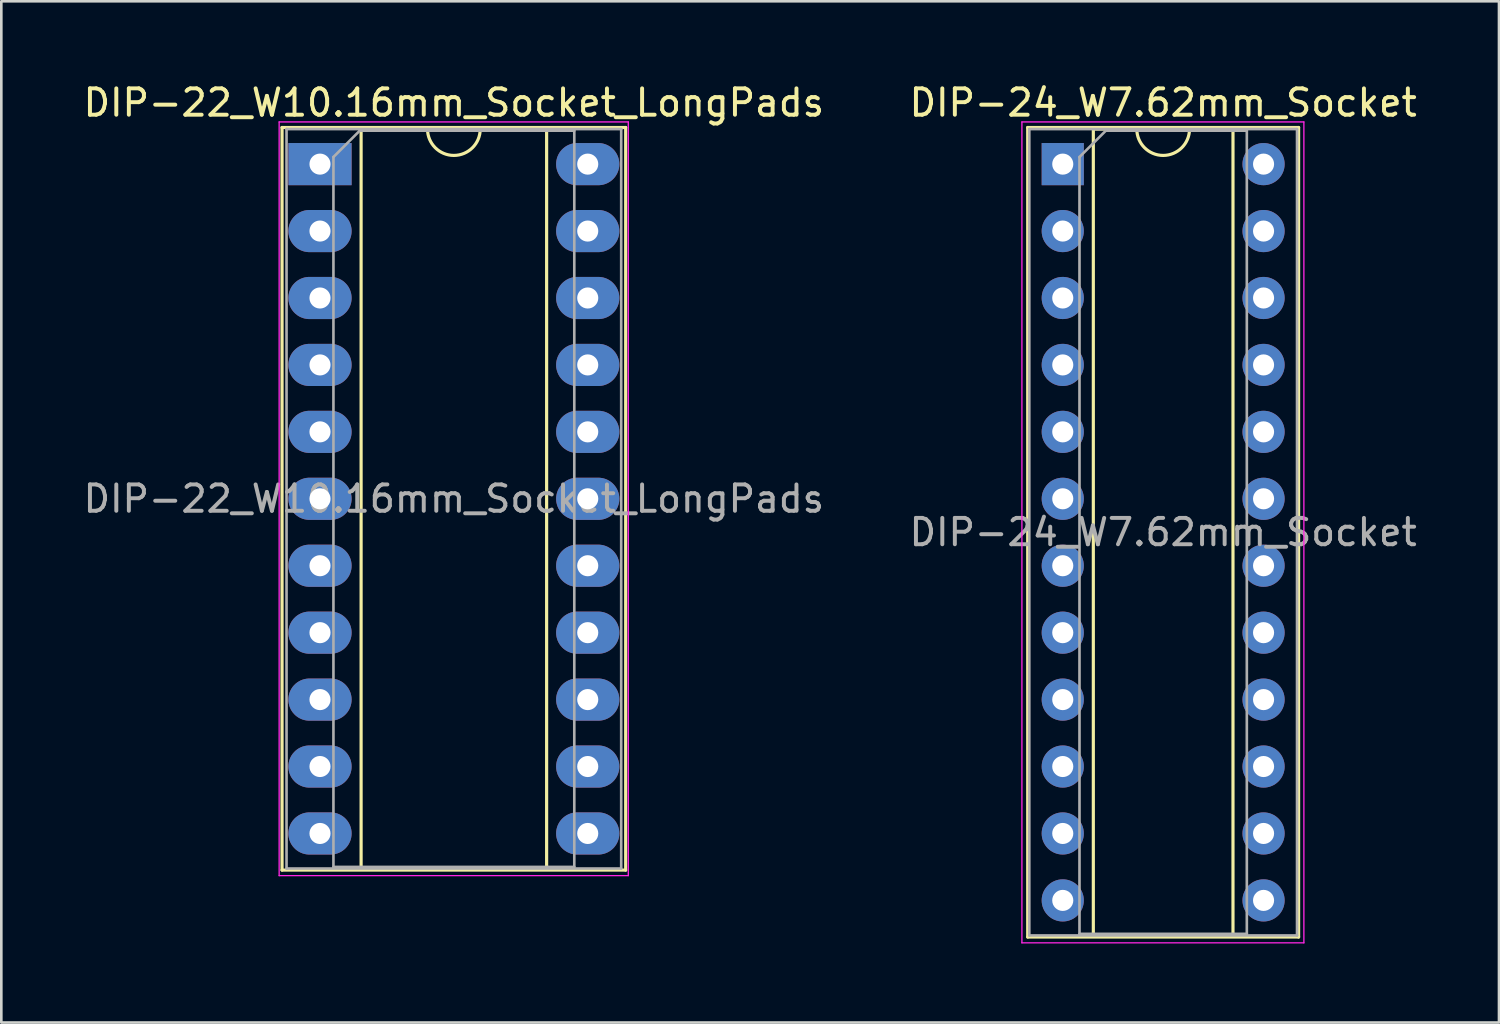
<source format=kicad_pcb>
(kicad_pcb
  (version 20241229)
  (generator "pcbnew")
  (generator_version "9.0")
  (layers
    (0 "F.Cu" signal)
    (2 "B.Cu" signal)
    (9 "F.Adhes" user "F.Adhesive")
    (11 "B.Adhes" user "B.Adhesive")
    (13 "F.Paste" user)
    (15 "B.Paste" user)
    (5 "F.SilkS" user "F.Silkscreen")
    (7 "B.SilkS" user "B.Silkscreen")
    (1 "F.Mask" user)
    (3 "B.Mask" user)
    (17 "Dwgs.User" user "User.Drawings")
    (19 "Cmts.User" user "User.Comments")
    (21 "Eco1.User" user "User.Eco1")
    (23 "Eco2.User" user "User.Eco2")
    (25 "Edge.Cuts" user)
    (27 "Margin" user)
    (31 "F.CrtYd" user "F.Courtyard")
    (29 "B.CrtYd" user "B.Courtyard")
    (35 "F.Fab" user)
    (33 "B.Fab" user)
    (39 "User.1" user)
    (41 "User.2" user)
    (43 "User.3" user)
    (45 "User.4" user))
  (footprint "DIP-22_W10.16mm_Socket_LongPads"
    (layer "F.Cu")
    (at 9.093 3.178)
    (property "Reference" "DIP-22_W10.16mm_Socket_LongPads" (at 5.08 -2.33 0) (layer "F.SilkS") (effects (font (size 1 1) (thickness 0.15))))
    (attr through_hole)
    (fp_line (start -1.44 -1.39) (end -1.44 26.79) (stroke (width 0.12) (type solid)) (layer "F.SilkS"))
    (fp_line (start -1.44 26.79) (end 11.6 26.79) (stroke (width 0.12) (type solid)) (layer "F.SilkS"))
    (fp_line (start 1.56 -1.33) (end 1.56 26.73) (stroke (width 0.12) (type solid)) (layer "F.SilkS"))
    (fp_line (start 1.56 26.73) (end 8.6 26.73) (stroke (width 0.12) (type solid)) (layer "F.SilkS"))
    (fp_line (start 4.08 -1.33) (end 1.56 -1.33) (stroke (width 0.12) (type solid)) (layer "F.SilkS"))
    (fp_line (start 8.6 -1.33) (end 6.08 -1.33) (stroke (width 0.12) (type solid)) (layer "F.SilkS"))
    (fp_line (start 8.6 26.73) (end 8.6 -1.33) (stroke (width 0.12) (type solid)) (layer "F.SilkS"))
    (fp_line (start 11.6 -1.39) (end -1.44 -1.39) (stroke (width 0.12) (type solid)) (layer "F.SilkS"))
    (fp_line (start 11.6 26.79) (end 11.6 -1.39) (stroke (width 0.12) (type solid)) (layer "F.SilkS"))
    (fp_arc (start 6.08 -1.33) (mid 5.08 -0.33) (end 4.08 -1.33) (stroke (width 0.12) (type solid)) (layer "F.SilkS"))
    (fp_line (start -1.55 -1.6) (end -1.55 27) (stroke (width 0.05) (type solid)) (layer "F.CrtYd"))
    (fp_line (start -1.55 27) (end 11.7 27) (stroke (width 0.05) (type solid)) (layer "F.CrtYd"))
    (fp_line (start 11.7 -1.6) (end -1.55 -1.6) (stroke (width 0.05) (type solid)) (layer "F.CrtYd"))
    (fp_line (start 11.7 27) (end 11.7 -1.6) (stroke (width 0.05) (type solid)) (layer "F.CrtYd"))
    (fp_line (start -1.27 -1.33) (end -1.27 26.73) (stroke (width 0.1) (type solid)) (layer "F.Fab"))
    (fp_line (start -1.27 26.73) (end 11.43 26.73) (stroke (width 0.1) (type solid)) (layer "F.Fab"))
    (fp_line (start 0.51 -0.27) (end 1.51 -1.27) (stroke (width 0.1) (type solid)) (layer "F.Fab"))
    (fp_line (start 0.51 26.67) (end 0.51 -0.27) (stroke (width 0.1) (type solid)) (layer "F.Fab"))
    (fp_line (start 1.51 -1.27) (end 9.65 -1.27) (stroke (width 0.1) (type solid)) (layer "F.Fab"))
    (fp_line (start 9.65 -1.27) (end 9.65 26.67) (stroke (width 0.1) (type solid)) (layer "F.Fab"))
    (fp_line (start 9.65 26.67) (end 0.51 26.67) (stroke (width 0.1) (type solid)) (layer "F.Fab"))
    (fp_line (start 11.43 -1.33) (end -1.27 -1.33) (stroke (width 0.1) (type solid)) (layer "F.Fab"))
    (fp_line (start 11.43 26.73) (end 11.43 -1.33) (stroke (width 0.1) (type solid)) (layer "F.Fab"))
    (fp_text user "${REFERENCE}" (at 5.08 12.7 0) (layer "F.Fab") (effects (font (size 1 1) (thickness 0.15))))
    (pad "1" thru_hole rect (at 0 0) (size 2.4 1.6) (drill 0.8) (layers "*.Cu" "*.Mask"))
    (pad "2" thru_hole oval (at 0 2.54) (size 2.4 1.6) (drill 0.8) (layers "*.Cu" "*.Mask"))
    (pad "3" thru_hole oval (at 0 5.08) (size 2.4 1.6) (drill 0.8) (layers "*.Cu" "*.Mask"))
    (pad "4" thru_hole oval (at 0 7.62) (size 2.4 1.6) (drill 0.8) (layers "*.Cu" "*.Mask"))
    (pad "5" thru_hole oval (at 0 10.16) (size 2.4 1.6) (drill 0.8) (layers "*.Cu" "*.Mask"))
    (pad "6" thru_hole oval (at 0 12.7) (size 2.4 1.6) (drill 0.8) (layers "*.Cu" "*.Mask"))
    (pad "7" thru_hole oval (at 0 15.24) (size 2.4 1.6) (drill 0.8) (layers "*.Cu" "*.Mask"))
    (pad "8" thru_hole oval (at 0 17.78) (size 2.4 1.6) (drill 0.8) (layers "*.Cu" "*.Mask"))
    (pad "9" thru_hole oval (at 0 20.32) (size 2.4 1.6) (drill 0.8) (layers "*.Cu" "*.Mask"))
    (pad "10" thru_hole oval (at 0 22.86) (size 2.4 1.6) (drill 0.8) (layers "*.Cu" "*.Mask"))
    (pad "11" thru_hole oval (at 0 25.4) (size 2.4 1.6) (drill 0.8) (layers "*.Cu" "*.Mask"))
    (pad "12" thru_hole oval (at 10.16 25.4) (size 2.4 1.6) (drill 0.8) (layers "*.Cu" "*.Mask"))
    (pad "13" thru_hole oval (at 10.16 22.86) (size 2.4 1.6) (drill 0.8) (layers "*.Cu" "*.Mask"))
    (pad "14" thru_hole oval (at 10.16 20.32) (size 2.4 1.6) (drill 0.8) (layers "*.Cu" "*.Mask"))
    (pad "15" thru_hole oval (at 10.16 17.78) (size 2.4 1.6) (drill 0.8) (layers "*.Cu" "*.Mask"))
    (pad "16" thru_hole oval (at 10.16 15.24) (size 2.4 1.6) (drill 0.8) (layers "*.Cu" "*.Mask"))
    (pad "17" thru_hole oval (at 10.16 12.7) (size 2.4 1.6) (drill 0.8) (layers "*.Cu" "*.Mask"))
    (pad "18" thru_hole oval (at 10.16 10.16) (size 2.4 1.6) (drill 0.8) (layers "*.Cu" "*.Mask"))
    (pad "19" thru_hole oval (at 10.16 7.62) (size 2.4 1.6) (drill 0.8) (layers "*.Cu" "*.Mask"))
    (pad "20" thru_hole oval (at 10.16 5.08) (size 2.4 1.6) (drill 0.8) (layers "*.Cu" "*.Mask"))
    (pad "21" thru_hole oval (at 10.16 2.54) (size 2.4 1.6) (drill 0.8) (layers "*.Cu" "*.Mask"))
    (pad "22" thru_hole oval (at 10.16 0) (size 2.4 1.6) (drill 0.8) (layers "*.Cu" "*.Mask")))
  (footprint "DIP-24_W7.62mm_Socket"
    (layer "F.Cu")
    (at 37.279 3.178)
    (property "Reference" "DIP-24_W7.62mm_Socket" (at 3.81 -2.33 0) (layer "F.SilkS") (effects (font (size 1 1) (thickness 0.15))))
    (attr through_hole)
    (fp_line (start -1.33 -1.39) (end -1.33 29.33) (stroke (width 0.12) (type solid)) (layer "F.SilkS"))
    (fp_line (start -1.33 29.33) (end 8.95 29.33) (stroke (width 0.12) (type solid)) (layer "F.SilkS"))
    (fp_line (start 1.16 -1.33) (end 1.16 29.27) (stroke (width 0.12) (type solid)) (layer "F.SilkS"))
    (fp_line (start 1.16 29.27) (end 6.46 29.27) (stroke (width 0.12) (type solid)) (layer "F.SilkS"))
    (fp_line (start 2.81 -1.33) (end 1.16 -1.33) (stroke (width 0.12) (type solid)) (layer "F.SilkS"))
    (fp_line (start 6.46 -1.33) (end 4.81 -1.33) (stroke (width 0.12) (type solid)) (layer "F.SilkS"))
    (fp_line (start 6.46 29.27) (end 6.46 -1.33) (stroke (width 0.12) (type solid)) (layer "F.SilkS"))
    (fp_line (start 8.95 -1.39) (end -1.33 -1.39) (stroke (width 0.12) (type solid)) (layer "F.SilkS"))
    (fp_line (start 8.95 29.33) (end 8.95 -1.39) (stroke (width 0.12) (type solid)) (layer "F.SilkS"))
    (fp_arc (start 4.81 -1.33) (mid 3.81 -0.33) (end 2.81 -1.33) (stroke (width 0.12) (type solid)) (layer "F.SilkS"))
    (fp_line (start -1.55 -1.6) (end -1.55 29.55) (stroke (width 0.05) (type solid)) (layer "F.CrtYd"))
    (fp_line (start -1.55 29.55) (end 9.15 29.55) (stroke (width 0.05) (type solid)) (layer "F.CrtYd"))
    (fp_line (start 9.15 -1.6) (end -1.55 -1.6) (stroke (width 0.05) (type solid)) (layer "F.CrtYd"))
    (fp_line (start 9.15 29.55) (end 9.15 -1.6) (stroke (width 0.05) (type solid)) (layer "F.CrtYd"))
    (fp_line (start -1.27 -1.33) (end -1.27 29.27) (stroke (width 0.1) (type solid)) (layer "F.Fab"))
    (fp_line (start -1.27 29.27) (end 8.89 29.27) (stroke (width 0.1) (type solid)) (layer "F.Fab"))
    (fp_line (start 0.635 -0.27) (end 1.635 -1.27) (stroke (width 0.1) (type solid)) (layer "F.Fab"))
    (fp_line (start 0.635 29.21) (end 0.635 -0.27) (stroke (width 0.1) (type solid)) (layer "F.Fab"))
    (fp_line (start 1.635 -1.27) (end 6.985 -1.27) (stroke (width 0.1) (type solid)) (layer "F.Fab"))
    (fp_line (start 6.985 -1.27) (end 6.985 29.21) (stroke (width 0.1) (type solid)) (layer "F.Fab"))
    (fp_line (start 6.985 29.21) (end 0.635 29.21) (stroke (width 0.1) (type solid)) (layer "F.Fab"))
    (fp_line (start 8.89 -1.33) (end -1.27 -1.33) (stroke (width 0.1) (type solid)) (layer "F.Fab"))
    (fp_line (start 8.89 29.27) (end 8.89 -1.33) (stroke (width 0.1) (type solid)) (layer "F.Fab"))
    (fp_text user "${REFERENCE}" (at 3.81 13.97 0) (layer "F.Fab") (effects (font (size 1 1) (thickness 0.15))))
    (pad "1" thru_hole rect (at 0 0) (size 1.6 1.6) (drill 0.8) (layers "*.Cu" "*.Mask"))
    (pad "2" thru_hole oval (at 0 2.54) (size 1.6 1.6) (drill 0.8) (layers "*.Cu" "*.Mask"))
    (pad "3" thru_hole oval (at 0 5.08) (size 1.6 1.6) (drill 0.8) (layers "*.Cu" "*.Mask"))
    (pad "4" thru_hole oval (at 0 7.62) (size 1.6 1.6) (drill 0.8) (layers "*.Cu" "*.Mask"))
    (pad "5" thru_hole oval (at 0 10.16) (size 1.6 1.6) (drill 0.8) (layers "*.Cu" "*.Mask"))
    (pad "6" thru_hole oval (at 0 12.7) (size 1.6 1.6) (drill 0.8) (layers "*.Cu" "*.Mask"))
    (pad "7" thru_hole oval (at 0 15.24) (size 1.6 1.6) (drill 0.8) (layers "*.Cu" "*.Mask"))
    (pad "8" thru_hole oval (at 0 17.78) (size 1.6 1.6) (drill 0.8) (layers "*.Cu" "*.Mask"))
    (pad "9" thru_hole oval (at 0 20.32) (size 1.6 1.6) (drill 0.8) (layers "*.Cu" "*.Mask"))
    (pad "10" thru_hole oval (at 0 22.86) (size 1.6 1.6) (drill 0.8) (layers "*.Cu" "*.Mask"))
    (pad "11" thru_hole oval (at 0 25.4) (size 1.6 1.6) (drill 0.8) (layers "*.Cu" "*.Mask"))
    (pad "12" thru_hole oval (at 0 27.94) (size 1.6 1.6) (drill 0.8) (layers "*.Cu" "*.Mask"))
    (pad "13" thru_hole oval (at 7.62 27.94) (size 1.6 1.6) (drill 0.8) (layers "*.Cu" "*.Mask"))
    (pad "14" thru_hole oval (at 7.62 25.4) (size 1.6 1.6) (drill 0.8) (layers "*.Cu" "*.Mask"))
    (pad "15" thru_hole oval (at 7.62 22.86) (size 1.6 1.6) (drill 0.8) (layers "*.Cu" "*.Mask"))
    (pad "16" thru_hole oval (at 7.62 20.32) (size 1.6 1.6) (drill 0.8) (layers "*.Cu" "*.Mask"))
    (pad "17" thru_hole oval (at 7.62 17.78) (size 1.6 1.6) (drill 0.8) (layers "*.Cu" "*.Mask"))
    (pad "18" thru_hole oval (at 7.62 15.24) (size 1.6 1.6) (drill 0.8) (layers "*.Cu" "*.Mask"))
    (pad "19" thru_hole oval (at 7.62 12.7) (size 1.6 1.6) (drill 0.8) (layers "*.Cu" "*.Mask"))
    (pad "20" thru_hole oval (at 7.62 10.16) (size 1.6 1.6) (drill 0.8) (layers "*.Cu" "*.Mask"))
    (pad "21" thru_hole oval (at 7.62 7.62) (size 1.6 1.6) (drill 0.8) (layers "*.Cu" "*.Mask"))
    (pad "22" thru_hole oval (at 7.62 5.08) (size 1.6 1.6) (drill 0.8) (layers "*.Cu" "*.Mask"))
    (pad "23" thru_hole oval (at 7.62 2.54) (size 1.6 1.6) (drill 0.8) (layers "*.Cu" "*.Mask"))
    (pad "24" thru_hole oval (at 7.62 0) (size 1.6 1.6) (drill 0.8) (layers "*.Cu" "*.Mask")))
  (gr_rect
    (start -3 -3)
    (end 53.833 35.753)
    (stroke (width 0.1) (type default))
    (fill no)
    (layer "Edge.Cuts")))
</source>
